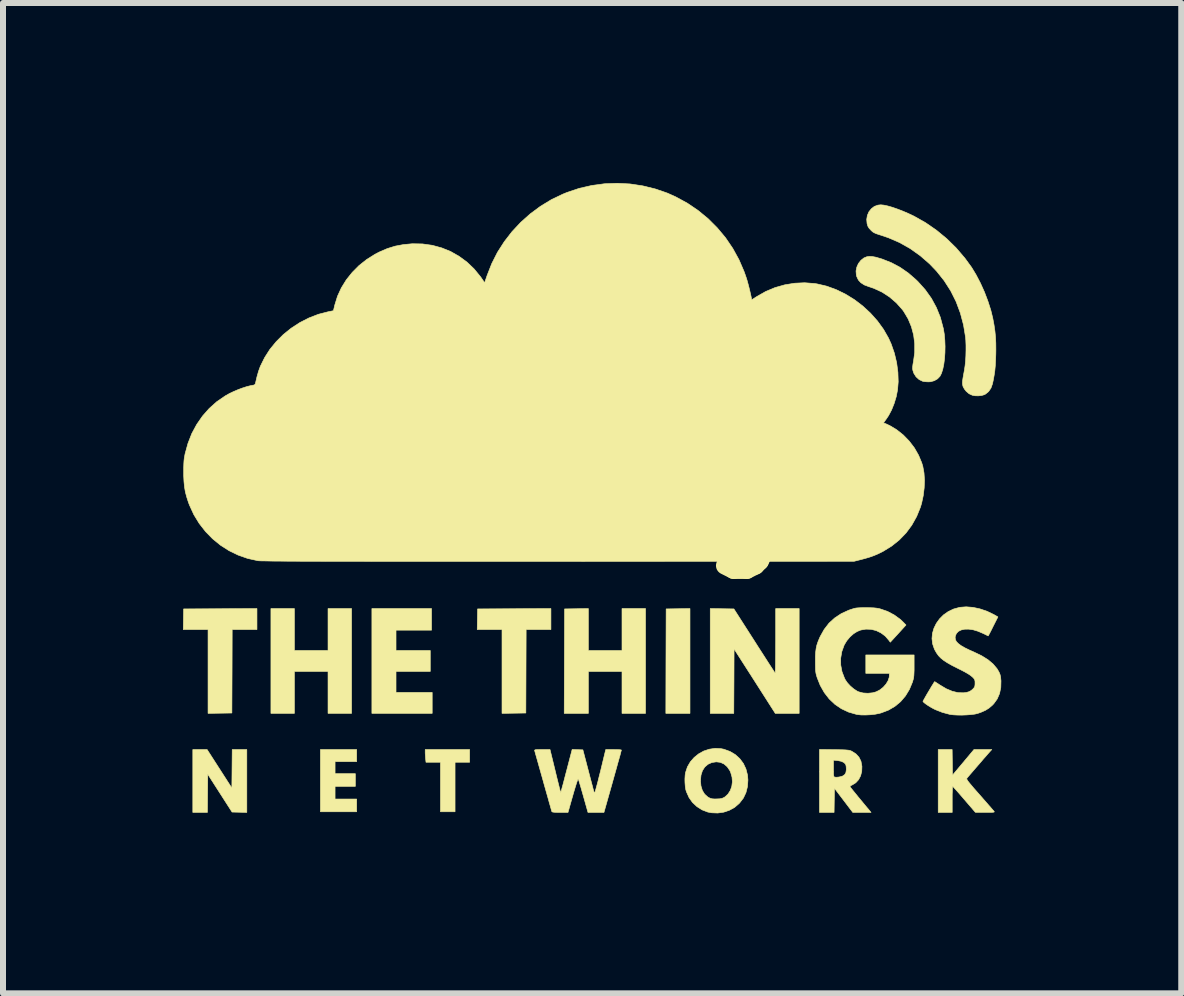
<source format=kicad_pcb>
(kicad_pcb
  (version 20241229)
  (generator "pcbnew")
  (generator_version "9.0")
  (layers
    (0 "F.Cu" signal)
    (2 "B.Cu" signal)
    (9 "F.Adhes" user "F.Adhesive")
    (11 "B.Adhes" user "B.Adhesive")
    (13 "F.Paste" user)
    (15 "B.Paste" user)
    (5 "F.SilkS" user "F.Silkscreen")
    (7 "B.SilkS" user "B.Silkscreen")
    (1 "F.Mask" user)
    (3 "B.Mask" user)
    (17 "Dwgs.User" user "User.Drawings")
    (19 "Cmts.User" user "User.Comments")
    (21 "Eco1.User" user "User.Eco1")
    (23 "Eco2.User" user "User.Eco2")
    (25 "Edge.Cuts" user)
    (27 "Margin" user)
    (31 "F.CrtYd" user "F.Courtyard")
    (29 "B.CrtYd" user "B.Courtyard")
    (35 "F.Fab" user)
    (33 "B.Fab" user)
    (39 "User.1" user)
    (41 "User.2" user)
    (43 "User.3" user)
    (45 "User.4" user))
  (footprint "ttn_logo"
    (layer "F.Cu")
    (at 6.821 5.253)
    (property "Reference" "ttn_logo" (at 0 0 0) (layer "F.SilkS") (effects (font (size 1.524 1.524) (thickness 0.3))))
    (attr through_hole)
    (fp_poly (pts (xy 1.63 3.588) (xy 1.228 3.588) (xy 1.23 2.717) (xy 1.233 1.847) (xy 1.431 1.844) (xy 1.63 1.841) (xy 1.63 3.588)) (stroke (width 0.01) (type solid)) (fill yes) (layer "F.SilkS"))
    (fp_poly (pts (xy -0.688 2.191) (xy -1.101 2.191) (xy -1.106 3.582) (xy -1.304 3.585) (xy -1.503 3.588) (xy -1.503 2.191) (xy -1.916 2.191) (xy -1.91 1.847) (xy -1.299 1.844) (xy -0.688 1.841) (xy -0.688 2.191)) (stroke (width 0.01) (type solid)) (fill yes) (layer "F.SilkS"))
    (fp_poly (pts (xy -6.006 4.833) (xy -6.003 4.512) (xy -6 4.191) (xy -5.757 4.191) (xy -5.757 5.239) (xy -5.88 5.236) (xy -6.003 5.233) (xy -6.408 4.602) (xy -6.414 5.239) (xy -6.657 5.239) (xy -6.657 4.191) (xy -6.419 4.191) (xy -6.006 4.833)) (stroke (width 0.01) (type solid)) (fill yes) (layer "F.SilkS"))
    (fp_poly (pts (xy -5.588 2.191) (xy -6.001 2.191) (xy -6.003 2.887) (xy -6.006 3.582) (xy -6.204 3.585) (xy -6.403 3.588) (xy -6.403 2.191) (xy -6.816 2.191) (xy -6.813 2.019) (xy -6.81 1.847) (xy -6.199 1.844) (xy -5.588 1.841) (xy -5.588 2.191)) (stroke (width 0.01) (type solid)) (fill yes) (layer "F.SilkS"))
    (fp_poly (pts (xy -4.964 2.54) (xy -4.403 2.54) (xy -4.403 1.841) (xy -4.011 1.841) (xy -4.011 3.588) (xy -4.403 3.588) (xy -4.403 2.889) (xy -4.964 2.889) (xy -4.964 3.588) (xy -5.355 3.588) (xy -5.355 1.841) (xy -4.964 1.841) (xy -4.964 2.54)) (stroke (width 0.01) (type solid)) (fill yes) (layer "F.SilkS"))
    (fp_poly (pts (xy -3.926 4.392) (xy -4.286 4.392) (xy -4.286 4.593) (xy -3.948 4.593) (xy -3.948 4.805) (xy -4.286 4.805) (xy -4.286 5.016) (xy -3.926 5.016) (xy -3.926 5.228) (xy -4.53 5.228) (xy -4.53 4.191) (xy -3.926 4.191) (xy -3.926 4.392)) (stroke (width 0.01) (type solid)) (fill yes) (layer "F.SilkS"))
    (fp_poly (pts (xy -2.678 2.201) (xy -3.27 2.201) (xy -3.27 2.54) (xy -2.699 2.54) (xy -2.699 2.889) (xy -3.27 2.889) (xy -3.27 3.239) (xy -2.667 3.239) (xy -2.667 3.588) (xy -3.672 3.588) (xy -3.672 1.841) (xy -2.678 1.841) (xy -2.678 2.201)) (stroke (width 0.01) (type solid)) (fill yes) (layer "F.SilkS"))
    (fp_poly (pts (xy -2.043 4.403) (xy -2.286 4.403) (xy -2.286 5.228) (xy -2.529 5.228) (xy -2.529 4.403) (xy -2.77 4.403) (xy -2.777 4.338) (xy -2.78 4.295) (xy -2.783 4.253) (xy -2.783 4.232) (xy -2.783 4.191) (xy -2.043 4.191) (xy -2.043 4.403)) (stroke (width 0.01) (type solid)) (fill yes) (layer "F.SilkS"))
    (fp_poly (pts (xy -0.064 2.54) (xy 0.497 2.54) (xy 0.497 1.841) (xy 0.889 1.841) (xy 0.889 3.588) (xy 0.497 3.588) (xy 0.497 2.889) (xy -0.064 2.889) (xy -0.064 3.588) (xy -0.466 3.588) (xy -0.463 2.717) (xy -0.46 1.847) (xy -0.262 1.844) (xy -0.064 1.841) (xy -0.064 2.54)) (stroke (width 0.01) (type solid)) (fill yes) (layer "F.SilkS"))
    (fp_poly (pts (xy 2.165 1.844) (xy 2.362 1.847) (xy 2.701 2.376) (xy 2.762 2.472) (xy 2.82 2.562) (xy 2.874 2.646) (xy 2.922 2.721) (xy 2.964 2.786) (xy 2.999 2.84) (xy 3.025 2.88) (xy 3.042 2.906) (xy 3.049 2.915) (xy 3.051 2.907) (xy 3.053 2.879) (xy 3.055 2.832) (xy 3.056 2.767) (xy 3.057 2.685) (xy 3.058 2.587) (xy 3.058 2.474) (xy 3.059 2.383) (xy 3.059 1.841) (xy 3.45 1.841) (xy 3.45 3.588) (xy 3.052 3.588) (xy 2.709 3.051) (xy 2.365 2.514) (xy 2.363 3.051) (xy 2.36 3.588) (xy 1.968 3.588) (xy 1.968 1.841) (xy 2.165 1.844)) (stroke (width 0.01) (type solid)) (fill yes) (layer "F.SilkS"))
    (fp_poly (pts (xy 6.003 4.405) (xy 6.006 4.618) (xy 6.185 4.405) (xy 6.364 4.191) (xy 6.661 4.191) (xy 6.634 4.22) (xy 6.62 4.236) (xy 6.594 4.265) (xy 6.56 4.305) (xy 6.519 4.351) (xy 6.475 4.403) (xy 6.428 4.457) (xy 6.382 4.51) (xy 6.34 4.559) (xy 6.302 4.603) (xy 6.272 4.638) (xy 6.252 4.662) (xy 6.246 4.67) (xy 6.243 4.676) (xy 6.245 4.685) (xy 6.252 4.699) (xy 6.265 4.719) (xy 6.287 4.747) (xy 6.319 4.785) (xy 6.36 4.834) (xy 6.414 4.895) (xy 6.458 4.945) (xy 6.513 5.008) (xy 6.564 5.066) (xy 6.61 5.119) (xy 6.648 5.162) (xy 6.676 5.195) (xy 6.694 5.215) (xy 6.698 5.22) (xy 6.702 5.227) (xy 6.701 5.232) (xy 6.69 5.235) (xy 6.668 5.237) (xy 6.631 5.238) (xy 6.577 5.238) (xy 6.55 5.238) (xy 6.387 5.237) (xy 6.202 5.022) (xy 6.153 4.965) (xy 6.108 4.913) (xy 6.069 4.869) (xy 6.038 4.835) (xy 6.018 4.813) (xy 6.009 4.805) (xy 6.009 4.805) (xy 6.006 4.815) (xy 6.004 4.843) (xy 6.003 4.886) (xy 6.001 4.941) (xy 6.001 5.004) (xy 6.001 5.022) (xy 6.001 5.239) (xy 5.768 5.239) (xy 5.768 4.191) (xy 6 4.191) (xy 6.003 4.405)) (stroke (width 0.01) (type solid)) (fill yes) (layer "F.SilkS"))
    (fp_poly (pts (xy 4.668 -4.027) (xy 4.728 -4.016) (xy 4.803 -3.994) (xy 4.833 -3.985) (xy 4.989 -3.923) (xy 5.133 -3.846) (xy 5.269 -3.752) (xy 5.399 -3.639) (xy 5.429 -3.61) (xy 5.551 -3.474) (xy 5.654 -3.33) (xy 5.737 -3.177) (xy 5.803 -3.014) (xy 5.85 -2.839) (xy 5.853 -2.828) (xy 5.869 -2.733) (xy 5.878 -2.632) (xy 5.882 -2.528) (xy 5.88 -2.424) (xy 5.873 -2.324) (xy 5.861 -2.231) (xy 5.844 -2.149) (xy 5.822 -2.08) (xy 5.797 -2.031) (xy 5.756 -1.988) (xy 5.702 -1.957) (xy 5.64 -1.94) (xy 5.604 -1.938) (xy 5.564 -1.94) (xy 5.528 -1.944) (xy 5.511 -1.947) (xy 5.45 -1.976) (xy 5.399 -2.022) (xy 5.362 -2.08) (xy 5.346 -2.127) (xy 5.341 -2.156) (xy 5.342 -2.189) (xy 5.347 -2.232) (xy 5.356 -2.28) (xy 5.376 -2.428) (xy 5.376 -2.575) (xy 5.358 -2.719) (xy 5.321 -2.857) (xy 5.267 -2.987) (xy 5.196 -3.107) (xy 5.17 -3.143) (xy 5.07 -3.255) (xy 4.956 -3.353) (xy 4.831 -3.434) (xy 4.695 -3.497) (xy 4.614 -3.524) (xy 4.537 -3.553) (xy 4.479 -3.59) (xy 4.437 -3.636) (xy 4.41 -3.693) (xy 4.403 -3.721) (xy 4.398 -3.786) (xy 4.411 -3.85) (xy 4.438 -3.911) (xy 4.479 -3.963) (xy 4.529 -4.003) (xy 4.577 -4.023) (xy 4.619 -4.029) (xy 4.668 -4.027)) (stroke (width 0.01) (type solid)) (fill yes) (layer "F.SilkS"))
    (fp_poly (pts (xy 4.035 4.193) (xy 4.114 4.194) (xy 4.175 4.195) (xy 4.221 4.197) (xy 4.255 4.2) (xy 4.28 4.203) (xy 4.3 4.208) (xy 4.316 4.214) (xy 4.33 4.221) (xy 4.397 4.264) (xy 4.447 4.319) (xy 4.48 4.385) (xy 4.495 4.465) (xy 4.496 4.472) (xy 4.493 4.555) (xy 4.474 4.629) (xy 4.44 4.694) (xy 4.393 4.745) (xy 4.34 4.778) (xy 4.314 4.791) (xy 4.299 4.803) (xy 4.297 4.806) (xy 4.303 4.817) (xy 4.321 4.841) (xy 4.349 4.876) (xy 4.384 4.919) (xy 4.424 4.968) (xy 4.431 4.977) (xy 4.475 5.03) (xy 4.518 5.082) (xy 4.556 5.128) (xy 4.587 5.165) (xy 4.607 5.188) (xy 4.648 5.239) (xy 4.344 5.239) (xy 4.191 5.037) (xy 4.038 4.836) (xy 4.035 5.037) (xy 4.032 5.239) (xy 3.789 5.239) (xy 3.789 4.506) (xy 4.022 4.506) (xy 4.022 4.563) (xy 4.023 4.602) (xy 4.026 4.627) (xy 4.03 4.642) (xy 4.036 4.648) (xy 4.04 4.65) (xy 4.072 4.653) (xy 4.113 4.649) (xy 4.154 4.64) (xy 4.18 4.63) (xy 4.211 4.607) (xy 4.229 4.575) (xy 4.236 4.529) (xy 4.236 4.514) (xy 4.234 4.477) (xy 4.228 4.447) (xy 4.224 4.437) (xy 4.197 4.408) (xy 4.153 4.387) (xy 4.094 4.375) (xy 4.083 4.374) (xy 4.022 4.368) (xy 4.022 4.506) (xy 3.789 4.506) (xy 3.789 4.19) (xy 4.035 4.193)) (stroke (width 0.01) (type solid)) (fill yes) (layer "F.SilkS"))
    (fp_poly (pts (xy 2.146 4.176) (xy 2.196 4.186) (xy 2.297 4.223) (xy 2.385 4.275) (xy 2.46 4.343) (xy 2.52 4.423) (xy 2.563 4.515) (xy 2.589 4.616) (xy 2.596 4.699) (xy 2.588 4.81) (xy 2.563 4.909) (xy 2.52 5) (xy 2.457 5.082) (xy 2.448 5.091) (xy 2.374 5.155) (xy 2.287 5.203) (xy 2.192 5.235) (xy 2.092 5.249) (xy 1.991 5.245) (xy 1.927 5.233) (xy 1.831 5.196) (xy 1.746 5.142) (xy 1.672 5.073) (xy 1.614 4.991) (xy 1.572 4.897) (xy 1.561 4.863) (xy 1.552 4.809) (xy 1.547 4.744) (xy 1.546 4.71) (xy 1.805 4.71) (xy 1.813 4.797) (xy 1.836 4.872) (xy 1.874 4.934) (xy 1.926 4.981) (xy 1.95 4.995) (xy 1.978 5.007) (xy 2.007 5.013) (xy 2.044 5.015) (xy 2.08 5.014) (xy 2.127 5.012) (xy 2.16 5.006) (xy 2.186 4.996) (xy 2.211 4.982) (xy 2.263 4.935) (xy 2.302 4.874) (xy 2.327 4.805) (xy 2.337 4.729) (xy 2.331 4.651) (xy 2.309 4.574) (xy 2.295 4.542) (xy 2.251 4.478) (xy 2.198 4.432) (xy 2.136 4.404) (xy 2.068 4.396) (xy 1.995 4.407) (xy 1.929 4.437) (xy 1.877 4.482) (xy 1.838 4.542) (xy 1.814 4.616) (xy 1.805 4.703) (xy 1.805 4.71) (xy 1.546 4.71) (xy 1.546 4.676) (xy 1.55 4.613) (xy 1.557 4.572) (xy 1.588 4.479) (xy 1.637 4.395) (xy 1.701 4.322) (xy 1.776 4.262) (xy 1.861 4.215) (xy 1.953 4.185) (xy 2.049 4.171) (xy 2.146 4.176)) (stroke (width 0.01) (type solid)) (fill yes) (layer "F.SilkS"))
    (fp_poly (pts (xy 4.861 -4.884) (xy 4.926 -4.87) (xy 5.003 -4.848) (xy 5.089 -4.818) (xy 5.18 -4.783) (xy 5.273 -4.743) (xy 5.364 -4.7) (xy 5.369 -4.697) (xy 5.557 -4.591) (xy 5.738 -4.466) (xy 5.909 -4.325) (xy 6.068 -4.169) (xy 6.213 -3.999) (xy 6.324 -3.847) (xy 6.399 -3.723) (xy 6.472 -3.583) (xy 6.539 -3.434) (xy 6.597 -3.281) (xy 6.645 -3.131) (xy 6.677 -3) (xy 6.698 -2.888) (xy 6.713 -2.785) (xy 6.723 -2.685) (xy 6.728 -2.582) (xy 6.729 -2.467) (xy 6.728 -2.402) (xy 6.724 -2.295) (xy 6.719 -2.203) (xy 6.711 -2.12) (xy 6.699 -2.04) (xy 6.684 -1.959) (xy 6.672 -1.904) (xy 6.647 -1.834) (xy 6.608 -1.777) (xy 6.557 -1.735) (xy 6.536 -1.724) (xy 6.493 -1.711) (xy 6.439 -1.705) (xy 6.384 -1.706) (xy 6.336 -1.715) (xy 6.336 -1.715) (xy 6.282 -1.74) (xy 6.234 -1.781) (xy 6.208 -1.814) (xy 6.193 -1.839) (xy 6.181 -1.863) (xy 6.175 -1.888) (xy 6.172 -1.918) (xy 6.174 -1.955) (xy 6.181 -2.003) (xy 6.192 -2.066) (xy 6.207 -2.145) (xy 6.207 -2.148) (xy 6.216 -2.21) (xy 6.224 -2.287) (xy 6.229 -2.373) (xy 6.231 -2.462) (xy 6.231 -2.549) (xy 6.228 -2.627) (xy 6.224 -2.678) (xy 6.19 -2.886) (xy 6.137 -3.085) (xy 6.066 -3.275) (xy 5.976 -3.455) (xy 5.867 -3.625) (xy 5.74 -3.784) (xy 5.623 -3.906) (xy 5.465 -4.043) (xy 5.299 -4.161) (xy 5.123 -4.26) (xy 4.938 -4.34) (xy 4.83 -4.377) (xy 4.773 -4.395) (xy 4.732 -4.409) (xy 4.703 -4.422) (xy 4.679 -4.436) (xy 4.658 -4.454) (xy 4.645 -4.467) (xy 4.614 -4.501) (xy 4.595 -4.533) (xy 4.583 -4.573) (xy 4.582 -4.576) (xy 4.576 -4.646) (xy 4.587 -4.713) (xy 4.613 -4.773) (xy 4.653 -4.823) (xy 4.703 -4.862) (xy 4.763 -4.884) (xy 4.81 -4.889) (xy 4.861 -4.884)) (stroke (width 0.01) (type solid)) (fill yes) (layer "F.SilkS"))
    (fp_poly (pts (xy -0.245 4.193) (xy -0.155 4.196) (xy -0.068 4.528) (xy -0.047 4.609) (xy -0.027 4.685) (xy -0.009 4.753) (xy 0.006 4.809) (xy 0.017 4.852) (xy 0.024 4.878) (xy 0.026 4.885) (xy 0.034 4.904) (xy 0.041 4.911) (xy 0.046 4.901) (xy 0.055 4.873) (xy 0.067 4.829) (xy 0.083 4.771) (xy 0.101 4.702) (xy 0.12 4.624) (xy 0.139 4.551) (xy 0.226 4.191) (xy 0.357 4.191) (xy 0.406 4.192) (xy 0.447 4.193) (xy 0.476 4.196) (xy 0.487 4.199) (xy 0.487 4.199) (xy 0.484 4.21) (xy 0.476 4.24) (xy 0.464 4.287) (xy 0.447 4.347) (xy 0.426 4.421) (xy 0.403 4.505) (xy 0.377 4.597) (xy 0.349 4.697) (xy 0.342 4.723) (xy 0.196 5.239) (xy -0.07 5.239) (xy -0.147 4.966) (xy -0.168 4.893) (xy -0.187 4.826) (xy -0.204 4.769) (xy -0.218 4.723) (xy -0.228 4.693) (xy -0.232 4.68) (xy -0.237 4.685) (xy -0.247 4.71) (xy -0.262 4.754) (xy -0.281 4.814) (xy -0.304 4.89) (xy -0.33 4.981) (xy -0.36 5.086) (xy -0.393 5.203) (xy -0.394 5.204) (xy -0.403 5.239) (xy -0.535 5.239) (xy -0.596 5.238) (xy -0.637 5.236) (xy -0.662 5.232) (xy -0.672 5.226) (xy -0.672 5.226) (xy -0.676 5.213) (xy -0.685 5.182) (xy -0.698 5.135) (xy -0.716 5.073) (xy -0.736 5) (xy -0.76 4.916) (xy -0.786 4.824) (xy -0.814 4.725) (xy -0.815 4.72) (xy -0.843 4.621) (xy -0.869 4.529) (xy -0.893 4.444) (xy -0.914 4.369) (xy -0.932 4.306) (xy -0.946 4.257) (xy -0.955 4.224) (xy -0.959 4.21) (xy -0.959 4.21) (xy -0.96 4.202) (xy -0.954 4.197) (xy -0.939 4.193) (xy -0.911 4.192) (xy -0.866 4.191) (xy -0.834 4.191) (xy -0.703 4.191) (xy -0.615 4.551) (xy -0.595 4.635) (xy -0.576 4.711) (xy -0.559 4.779) (xy -0.545 4.835) (xy -0.534 4.877) (xy -0.527 4.903) (xy -0.525 4.911) (xy -0.522 4.901) (xy -0.514 4.873) (xy -0.502 4.829) (xy -0.486 4.771) (xy -0.468 4.703) (xy -0.448 4.625) (xy -0.428 4.55) (xy -0.334 4.19) (xy -0.245 4.193)) (stroke (width 0.01) (type solid)) (fill yes) (layer "F.SilkS"))
    (fp_poly (pts (xy 4.636 1.827) (xy 4.693 1.829) (xy 4.74 1.834) (xy 4.78 1.841) (xy 4.8 1.846) (xy 4.922 1.888) (xy 5.035 1.948) (xy 5.137 2.022) (xy 5.184 2.067) (xy 5.231 2.115) (xy 5.1 2.259) (xy 4.969 2.402) (xy 4.948 2.373) (xy 4.887 2.302) (xy 4.814 2.247) (xy 4.734 2.208) (xy 4.649 2.187) (xy 4.562 2.184) (xy 4.476 2.199) (xy 4.417 2.223) (xy 4.356 2.261) (xy 4.297 2.314) (xy 4.244 2.377) (xy 4.204 2.443) (xy 4.2 2.451) (xy 4.161 2.558) (xy 4.142 2.669) (xy 4.143 2.782) (xy 4.164 2.893) (xy 4.205 3) (xy 4.219 3.028) (xy 4.255 3.08) (xy 4.303 3.132) (xy 4.358 3.179) (xy 4.414 3.216) (xy 4.442 3.229) (xy 4.515 3.248) (xy 4.595 3.253) (xy 4.675 3.245) (xy 4.733 3.229) (xy 4.795 3.197) (xy 4.851 3.153) (xy 4.898 3.1) (xy 4.932 3.044) (xy 4.951 2.987) (xy 4.953 2.961) (xy 4.953 2.921) (xy 4.561 2.921) (xy 4.561 2.614) (xy 5.366 2.614) (xy 5.366 2.798) (xy 5.366 2.867) (xy 5.364 2.919) (xy 5.362 2.958) (xy 5.358 2.991) (xy 5.352 3.019) (xy 5.343 3.05) (xy 5.339 3.065) (xy 5.288 3.188) (xy 5.222 3.297) (xy 5.141 3.392) (xy 5.046 3.471) (xy 4.938 3.534) (xy 4.817 3.58) (xy 4.788 3.588) (xy 4.718 3.602) (xy 4.638 3.611) (xy 4.556 3.615) (xy 4.478 3.614) (xy 4.412 3.606) (xy 4.403 3.604) (xy 4.272 3.566) (xy 4.153 3.51) (xy 4.046 3.437) (xy 3.951 3.347) (xy 3.869 3.241) (xy 3.801 3.121) (xy 3.751 2.995) (xy 3.74 2.96) (xy 3.732 2.93) (xy 3.727 2.9) (xy 3.723 2.865) (xy 3.722 2.821) (xy 3.721 2.763) (xy 3.721 2.725) (xy 3.721 2.638) (xy 3.725 2.567) (xy 3.733 2.506) (xy 3.745 2.45) (xy 3.764 2.394) (xy 3.789 2.333) (xy 3.801 2.307) (xy 3.867 2.189) (xy 3.947 2.085) (xy 4.042 1.998) (xy 4.151 1.926) (xy 4.275 1.869) (xy 4.297 1.861) (xy 4.337 1.848) (xy 4.369 1.838) (xy 4.399 1.832) (xy 4.433 1.829) (xy 4.475 1.827) (xy 4.531 1.826) (xy 4.561 1.826) (xy 4.636 1.827)) (stroke (width 0.01) (type solid)) (fill yes) (layer "F.SilkS"))
    (fp_poly (pts (xy 6.347 1.821) (xy 6.463 1.846) (xy 6.581 1.886) (xy 6.695 1.941) (xy 6.718 1.954) (xy 6.763 1.98) (xy 6.683 2.138) (xy 6.657 2.191) (xy 6.634 2.236) (xy 6.616 2.27) (xy 6.604 2.291) (xy 6.601 2.297) (xy 6.591 2.292) (xy 6.567 2.28) (xy 6.532 2.263) (xy 6.515 2.255) (xy 6.431 2.219) (xy 6.351 2.195) (xy 6.276 2.184) (xy 6.208 2.185) (xy 6.15 2.198) (xy 6.103 2.222) (xy 6.07 2.258) (xy 6.052 2.304) (xy 6.05 2.327) (xy 6.055 2.36) (xy 6.071 2.392) (xy 6.102 2.424) (xy 6.147 2.458) (xy 6.209 2.494) (xy 6.289 2.533) (xy 6.366 2.567) (xy 6.492 2.628) (xy 6.598 2.694) (xy 6.683 2.766) (xy 6.748 2.843) (xy 6.781 2.899) (xy 6.798 2.939) (xy 6.808 2.982) (xy 6.813 3.037) (xy 6.814 3.044) (xy 6.811 3.157) (xy 6.79 3.258) (xy 6.751 3.348) (xy 6.694 3.427) (xy 6.668 3.454) (xy 6.614 3.5) (xy 6.555 3.537) (xy 6.485 3.568) (xy 6.429 3.588) (xy 6.38 3.6) (xy 6.315 3.608) (xy 6.24 3.614) (xy 6.162 3.617) (xy 6.085 3.616) (xy 6.016 3.612) (xy 5.96 3.605) (xy 5.958 3.604) (xy 5.835 3.571) (xy 5.721 3.526) (xy 5.683 3.507) (xy 5.64 3.483) (xy 5.598 3.457) (xy 5.56 3.431) (xy 5.532 3.409) (xy 5.516 3.393) (xy 5.514 3.388) (xy 5.519 3.377) (xy 5.533 3.352) (xy 5.553 3.316) (xy 5.578 3.272) (xy 5.606 3.225) (xy 5.634 3.178) (xy 5.66 3.134) (xy 5.683 3.098) (xy 5.699 3.071) (xy 5.708 3.059) (xy 5.708 3.059) (xy 5.718 3.064) (xy 5.741 3.079) (xy 5.774 3.1) (xy 5.796 3.115) (xy 5.902 3.178) (xy 6.003 3.22) (xy 6.099 3.243) (xy 6.191 3.245) (xy 6.239 3.239) (xy 6.284 3.226) (xy 6.317 3.207) (xy 6.342 3.186) (xy 6.365 3.161) (xy 6.377 3.14) (xy 6.381 3.113) (xy 6.382 3.084) (xy 6.381 3.05) (xy 6.375 3.026) (xy 6.362 3.006) (xy 6.337 2.98) (xy 6.334 2.978) (xy 6.306 2.955) (xy 6.265 2.928) (xy 6.209 2.896) (xy 6.137 2.859) (xy 6.093 2.837) (xy 6 2.79) (xy 5.924 2.747) (xy 5.862 2.707) (xy 5.813 2.668) (xy 5.773 2.627) (xy 5.74 2.581) (xy 5.711 2.53) (xy 5.703 2.513) (xy 5.674 2.428) (xy 5.664 2.341) (xy 5.672 2.253) (xy 5.697 2.168) (xy 5.737 2.087) (xy 5.791 2.012) (xy 5.857 1.946) (xy 5.935 1.891) (xy 6.023 1.849) (xy 6.12 1.822) (xy 6.129 1.82) (xy 6.234 1.812) (xy 6.347 1.821)) (stroke (width 0.01) (type solid)) (fill yes) (layer "F.SilkS"))
    (fp_poly (pts (xy 0.631 -5.237) (xy 0.843 -5.205) (xy 1.051 -5.154) (xy 1.254 -5.084) (xy 1.392 -5.022) (xy 1.585 -4.917) (xy 1.765 -4.795) (xy 1.932 -4.658) (xy 2.084 -4.506) (xy 2.222 -4.341) (xy 2.343 -4.163) (xy 2.447 -3.974) (xy 2.533 -3.774) (xy 2.565 -3.683) (xy 2.581 -3.633) (xy 2.597 -3.575) (xy 2.613 -3.514) (xy 2.628 -3.452) (xy 2.641 -3.396) (xy 2.651 -3.349) (xy 2.656 -3.316) (xy 2.656 -3.307) (xy 2.665 -3.31) (xy 2.687 -3.323) (xy 2.719 -3.344) (xy 2.746 -3.361) (xy 2.892 -3.444) (xy 3.047 -3.509) (xy 3.209 -3.555) (xy 3.374 -3.582) (xy 3.541 -3.59) (xy 3.706 -3.577) (xy 3.747 -3.571) (xy 3.909 -3.533) (xy 4.068 -3.475) (xy 4.222 -3.4) (xy 4.37 -3.309) (xy 4.509 -3.203) (xy 4.638 -3.084) (xy 4.754 -2.954) (xy 4.855 -2.815) (xy 4.939 -2.668) (xy 4.983 -2.571) (xy 5.037 -2.416) (xy 5.075 -2.256) (xy 5.096 -2.096) (xy 5.101 -1.939) (xy 5.09 -1.804) (xy 5.068 -1.691) (xy 5.034 -1.579) (xy 4.991 -1.471) (xy 4.94 -1.375) (xy 4.899 -1.314) (xy 4.875 -1.281) (xy 4.862 -1.262) (xy 4.859 -1.252) (xy 4.865 -1.249) (xy 4.869 -1.249) (xy 4.884 -1.244) (xy 4.911 -1.232) (xy 4.947 -1.215) (xy 4.957 -1.211) (xy 5.075 -1.14) (xy 5.185 -1.053) (xy 5.284 -0.951) (xy 5.37 -0.838) (xy 5.44 -0.716) (xy 5.493 -0.589) (xy 5.511 -0.53) (xy 5.531 -0.42) (xy 5.539 -0.298) (xy 5.534 -0.17) (xy 5.518 -0.04) (xy 5.491 0.086) (xy 5.471 0.152) (xy 5.408 0.307) (xy 5.328 0.45) (xy 5.232 0.58) (xy 5.119 0.697) (xy 4.992 0.799) (xy 4.851 0.886) (xy 4.83 0.897) (xy 4.76 0.931) (xy 4.694 0.959) (xy 4.626 0.983) (xy 4.549 1.006) (xy 4.477 1.025) (xy 4.366 1.053) (xy -0.561 1.055) (xy -0.955 1.055) (xy -1.329 1.055) (xy -1.683 1.055) (xy -2.017 1.055) (xy -2.333 1.055) (xy -2.629 1.055) (xy -2.908 1.055) (xy -3.169 1.055) (xy -3.413 1.055) (xy -3.641 1.055) (xy -3.853 1.054) (xy -4.05 1.054) (xy -4.232 1.054) (xy -4.4 1.054) (xy -4.554 1.053) (xy -4.694 1.053) (xy -4.822 1.053) (xy -4.938 1.052) (xy -5.043 1.052) (xy -5.136 1.051) (xy -5.218 1.05) (xy -5.291 1.05) (xy -5.354 1.049) (xy -5.408 1.048) (xy -5.454 1.047) (xy -5.492 1.047) (xy -5.523 1.046) (xy -5.546 1.045) (xy -5.564 1.044) (xy -5.575 1.042) (xy -5.577 1.042) (xy -5.744 1.005) (xy -5.903 0.949) (xy -6.055 0.875) (xy -6.197 0.784) (xy -6.328 0.677) (xy -6.446 0.556) (xy -6.551 0.421) (xy -6.64 0.275) (xy -6.712 0.118) (xy -6.73 0.071) (xy -6.759 -0.019) (xy -6.781 -0.102) (xy -6.795 -0.184) (xy -6.804 -0.272) (xy -6.809 -0.371) (xy -6.809 -0.434) (xy -6.809 -0.511) (xy -6.807 -0.573) (xy -6.804 -0.623) (xy -6.799 -0.668) (xy -6.791 -0.711) (xy -6.786 -0.738) (xy -6.738 -0.912) (xy -6.674 -1.076) (xy -6.592 -1.228) (xy -6.495 -1.368) (xy -6.383 -1.495) (xy -6.258 -1.607) (xy -6.118 -1.703) (xy -6.044 -1.745) (xy -5.98 -1.775) (xy -5.908 -1.806) (xy -5.834 -1.834) (xy -5.763 -1.857) (xy -5.701 -1.873) (xy -5.67 -1.879) (xy -5.638 -1.885) (xy -5.622 -1.894) (xy -5.614 -1.911) (xy -5.613 -1.914) (xy -5.588 -2.021) (xy -5.562 -2.113) (xy -5.533 -2.193) (xy -5.531 -2.198) (xy -5.46 -2.342) (xy -5.372 -2.48) (xy -5.267 -2.608) (xy -5.148 -2.727) (xy -5.016 -2.833) (xy -4.873 -2.926) (xy -4.722 -3.003) (xy -4.565 -3.064) (xy -4.402 -3.106) (xy -4.401 -3.106) (xy -4.313 -3.124) (xy -4.29 -3.221) (xy -4.245 -3.366) (xy -4.181 -3.505) (xy -4.099 -3.638) (xy -4 -3.762) (xy -3.887 -3.876) (xy -3.76 -3.977) (xy -3.62 -4.065) (xy -3.551 -4.101) (xy -3.417 -4.159) (xy -3.285 -4.2) (xy -3.147 -4.226) (xy -2.999 -4.24) (xy -2.995 -4.24) (xy -2.828 -4.237) (xy -2.665 -4.214) (xy -2.508 -4.171) (xy -2.358 -4.11) (xy -2.218 -4.03) (xy -2.087 -3.934) (xy -1.968 -3.82) (xy -1.863 -3.692) (xy -1.846 -3.668) (xy -1.793 -3.59) (xy -1.751 -3.713) (xy -1.674 -3.909) (xy -1.579 -4.097) (xy -1.465 -4.275) (xy -1.336 -4.442) (xy -1.191 -4.597) (xy -1.033 -4.738) (xy -0.863 -4.864) (xy -0.681 -4.975) (xy -0.489 -5.067) (xy -0.423 -5.094) (xy -0.218 -5.163) (xy -0.009 -5.211) (xy 0.204 -5.24) (xy 0.418 -5.248) (xy 0.631 -5.237)) (stroke (width 0.01) (type solid)) (fill yes) (layer "F.SilkS")))
  (gr_rect
    (start -3 -3)
    (end 16.64 13.508)
    (stroke (width 0.1) (type default))
    (fill no)
    (layer "Edge.Cuts")))
</source>
